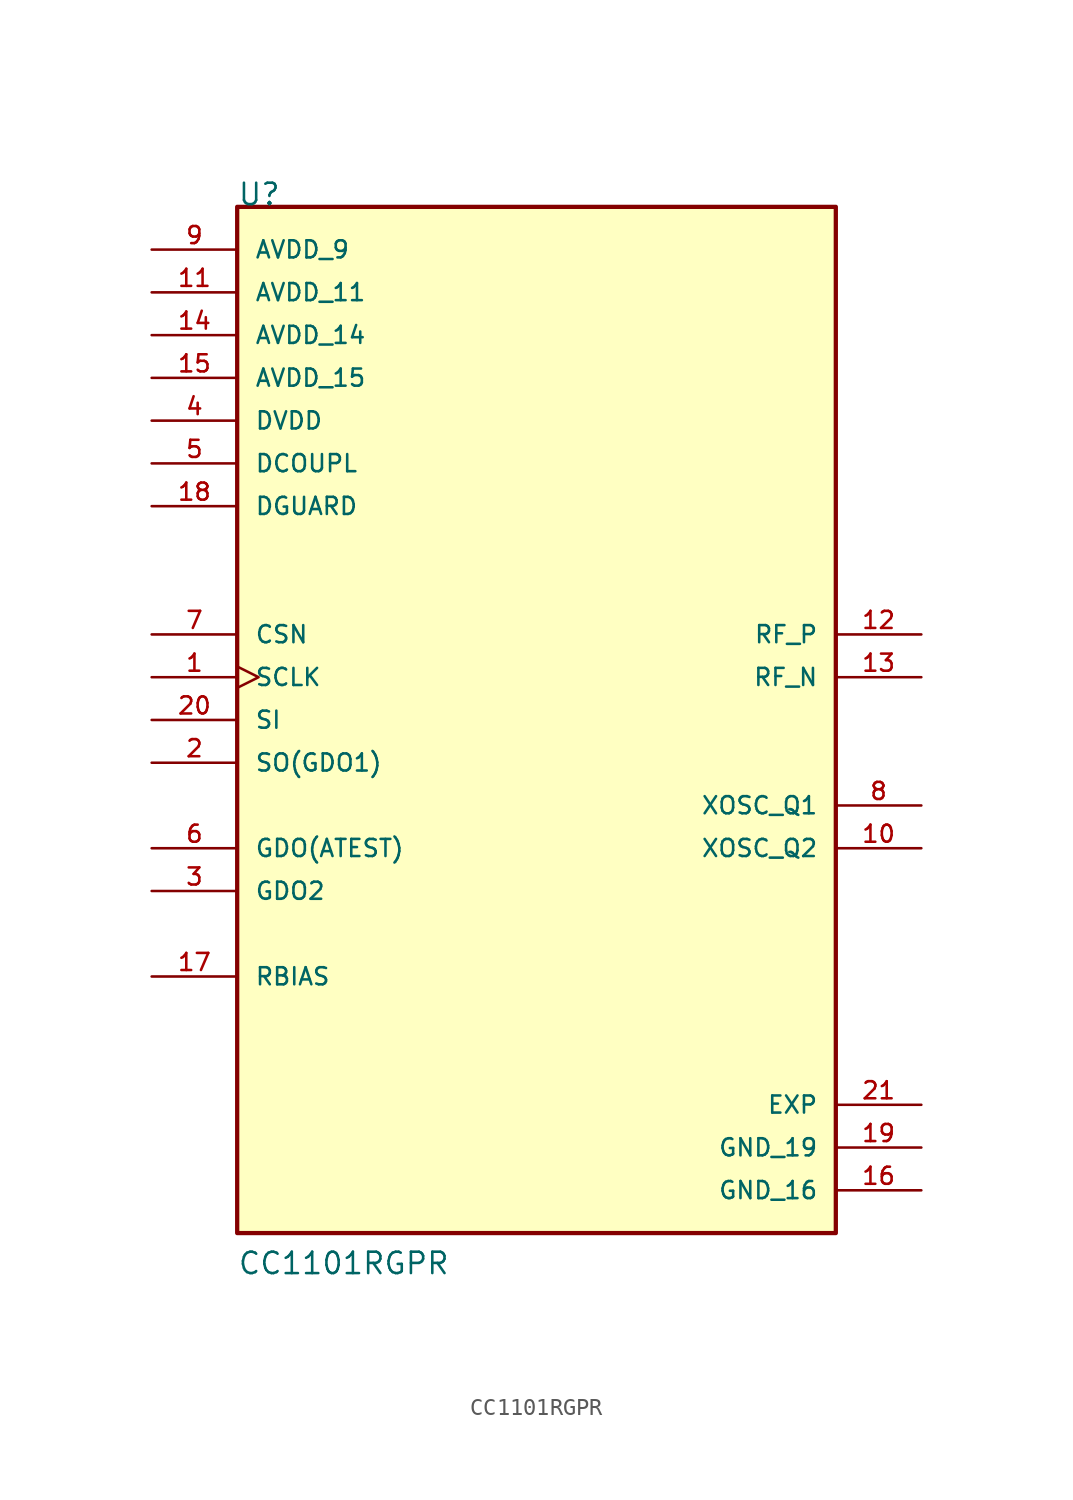
<source format=kicad_sym>
(kicad_symbol_lib
  (version 20211014)
  (generator kicad_symbol_editor)
  (symbol "CC1101RGPR"
    (pin_names
      (offset 1.016))
    (property "Reference" "U"
      (at -17.78 30.48 0)
      (effects (font (size 1.27 1.27)) (justify bottom left)))
    (property "Value" "CC1101RGPR"
      (at -17.78 -33.02 0)
      (effects (font (size 1.27 1.27)) (justify bottom left)))
    (symbol "CC1101RGPR_0_0"
      (rectangle (start -17.78 -30.48) (end 17.78 30.48) (stroke (width 0.254)) (fill (type background)))
      (pin input clock (at -22.86 2.54 0) (length 5.08) (name "SCLK" (effects (font (size 1.016 1.016)))) (number "1" (effects (font (size 1.016 1.016)))))
      (pin output line (at -22.86 -2.54 0) (length 5.08) (name "SO(GDO1)" (effects (font (size 1.016 1.016)))) (number "2" (effects (font (size 1.016 1.016)))))
      (pin output line (at -22.86 -10.16 0) (length 5.08) (name "GDO2" (effects (font (size 1.016 1.016)))) (number "3" (effects (font (size 1.016 1.016)))))
      (pin power_in line (at -22.86 17.78 0) (length 5.08) (name "DVDD" (effects (font (size 1.016 1.016)))) (number "4" (effects (font (size 1.016 1.016)))))
      (pin power_in line (at -22.86 15.24 0) (length 5.08) (name "DCOUPL" (effects (font (size 1.016 1.016)))) (number "5" (effects (font (size 1.016 1.016)))))
      (pin bidirectional line (at -22.86 -7.62 0) (length 5.08) (name "GDO(ATEST)" (effects (font (size 1.016 1.016)))) (number "6" (effects (font (size 1.016 1.016)))))
      (pin bidirectional line (at 22.86 -5.08 180.0) (length 5.08) (name "XOSC_Q1" (effects (font (size 1.016 1.016)))) (number "8" (effects (font (size 1.016 1.016)))))
      (pin input line (at -22.86 5.08 0) (length 5.08) (name "CSN" (effects (font (size 1.016 1.016)))) (number "7" (effects (font (size 1.016 1.016)))))
      (pin power_in line (at -22.86 27.94 0) (length 5.08) (name "AVDD_9" (effects (font (size 1.016 1.016)))) (number "9" (effects (font (size 1.016 1.016)))))
      (pin power_in line (at -22.86 25.4 0) (length 5.08) (name "AVDD_11" (effects (font (size 1.016 1.016)))) (number "11" (effects (font (size 1.016 1.016)))))
      (pin bidirectional line (at 22.86 2.54 180.0) (length 5.08) (name "RF_N" (effects (font (size 1.016 1.016)))) (number "13" (effects (font (size 1.016 1.016)))))
      (pin bidirectional line (at 22.86 5.08 180.0) (length 5.08) (name "RF_P" (effects (font (size 1.016 1.016)))) (number "12" (effects (font (size 1.016 1.016)))))
      (pin power_in line (at -22.86 20.32 0) (length 5.08) (name "AVDD_15" (effects (font (size 1.016 1.016)))) (number "15" (effects (font (size 1.016 1.016)))))
      (pin power_in line (at -22.86 22.86 0) (length 5.08) (name "AVDD_14" (effects (font (size 1.016 1.016)))) (number "14" (effects (font (size 1.016 1.016)))))
      (pin power_in line (at 22.86 -27.94 180.0) (length 5.08) (name "GND_16" (effects (font (size 1.016 1.016)))) (number "16" (effects (font (size 1.016 1.016)))))
      (pin bidirectional line (at -22.86 -15.24 0) (length 5.08) (name "RBIAS" (effects (font (size 1.016 1.016)))) (number "17" (effects (font (size 1.016 1.016)))))
      (pin power_in line (at 22.86 -25.4 180.0) (length 5.08) (name "GND_19" (effects (font (size 1.016 1.016)))) (number "19" (effects (font (size 1.016 1.016)))))
      (pin power_in line (at -22.86 12.7 0) (length 5.08) (name "DGUARD" (effects (font (size 1.016 1.016)))) (number "18" (effects (font (size 1.016 1.016)))))
      (pin bidirectional line (at 22.86 -7.62 180.0) (length 5.08) (name "XOSC_Q2" (effects (font (size 1.016 1.016)))) (number "10" (effects (font (size 1.016 1.016)))))
      (pin input line (at -22.86 0.0 0) (length 5.08) (name "SI" (effects (font (size 1.016 1.016)))) (number "20" (effects (font (size 1.016 1.016)))))
      (pin power_in line (at 22.86 -22.86 180.0) (length 5.08) (name "EXP" (effects (font (size 1.016 1.016)))) (number "21" (effects (font (size 1.016 1.016))))))))
</source>
